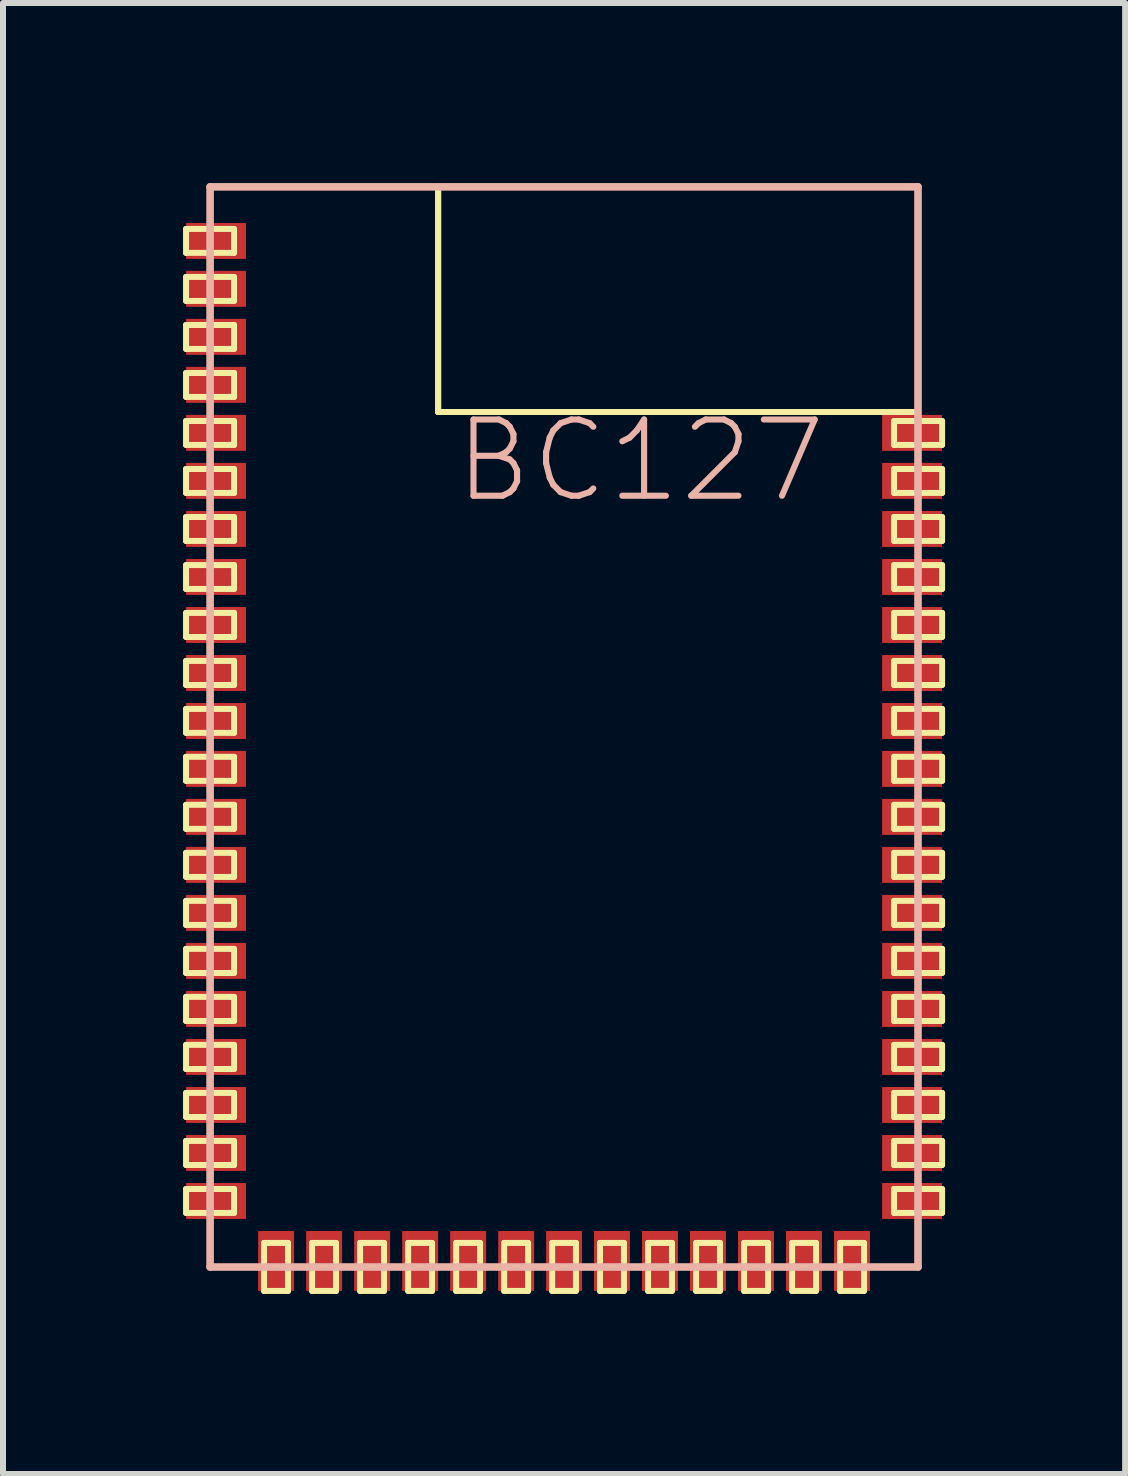
<source format=kicad_pcb>
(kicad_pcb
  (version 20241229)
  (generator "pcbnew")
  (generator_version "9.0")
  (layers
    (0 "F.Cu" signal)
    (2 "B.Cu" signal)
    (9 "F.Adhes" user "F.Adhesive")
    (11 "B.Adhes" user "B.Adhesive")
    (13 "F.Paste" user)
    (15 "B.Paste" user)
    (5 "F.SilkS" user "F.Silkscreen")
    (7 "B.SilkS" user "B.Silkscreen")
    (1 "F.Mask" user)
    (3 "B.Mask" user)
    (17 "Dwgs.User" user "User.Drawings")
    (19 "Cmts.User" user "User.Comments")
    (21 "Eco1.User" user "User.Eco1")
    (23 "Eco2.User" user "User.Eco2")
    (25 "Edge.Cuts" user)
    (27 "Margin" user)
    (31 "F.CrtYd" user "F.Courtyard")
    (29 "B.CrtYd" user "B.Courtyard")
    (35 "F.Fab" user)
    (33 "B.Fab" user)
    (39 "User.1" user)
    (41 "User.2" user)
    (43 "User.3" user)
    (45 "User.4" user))
  (footprint "BC127"
    (layer "F.Cu")
    (at 6.349 9.063)
    (property "Reference" "BC127" (at 1.273 -4.435 0) (layer "B.SilkS") (effects (font (size 1.27 1.27) (thickness 0.102))))
    (attr smd)
    (fp_line (start -6.299 -8.298) (end -5.499 -8.298) (stroke (width 0.1) (type solid)) (layer "F.SilkS"))
    (fp_line (start -6.299 -7.899) (end -6.299 -8.298) (stroke (width 0.1) (type solid)) (layer "F.SilkS"))
    (fp_line (start -6.299 -7.498) (end -5.499 -7.498) (stroke (width 0.1) (type solid)) (layer "F.SilkS"))
    (fp_line (start -6.299 -7.099) (end -6.299 -7.498) (stroke (width 0.1) (type solid)) (layer "F.SilkS"))
    (fp_line (start -6.299 -6.698) (end -5.499 -6.698) (stroke (width 0.1) (type solid)) (layer "F.SilkS"))
    (fp_line (start -6.299 -6.299) (end -6.299 -6.698) (stroke (width 0.1) (type solid)) (layer "F.SilkS"))
    (fp_line (start -6.299 -5.898) (end -5.499 -5.898) (stroke (width 0.1) (type solid)) (layer "F.SilkS"))
    (fp_line (start -6.299 -5.499) (end -6.299 -5.898) (stroke (width 0.1) (type solid)) (layer "F.SilkS"))
    (fp_line (start -6.299 -5.098) (end -5.499 -5.098) (stroke (width 0.1) (type solid)) (layer "F.SilkS"))
    (fp_line (start -6.299 -4.699) (end -6.299 -5.098) (stroke (width 0.1) (type solid)) (layer "F.SilkS"))
    (fp_line (start -6.299 -4.298) (end -5.499 -4.298) (stroke (width 0.1) (type solid)) (layer "F.SilkS"))
    (fp_line (start -6.299 -3.899) (end -6.299 -4.298) (stroke (width 0.1) (type solid)) (layer "F.SilkS"))
    (fp_line (start -6.299 -3.498) (end -5.499 -3.498) (stroke (width 0.1) (type solid)) (layer "F.SilkS"))
    (fp_line (start -6.299 -3.099) (end -6.299 -3.498) (stroke (width 0.1) (type solid)) (layer "F.SilkS"))
    (fp_line (start -6.299 -2.697) (end -5.499 -2.697) (stroke (width 0.1) (type solid)) (layer "F.SilkS"))
    (fp_line (start -6.299 -2.299) (end -6.299 -2.697) (stroke (width 0.1) (type solid)) (layer "F.SilkS"))
    (fp_line (start -6.299 -1.9) (end -5.499 -1.9) (stroke (width 0.1) (type solid)) (layer "F.SilkS"))
    (fp_line (start -6.299 -1.499) (end -6.299 -1.9) (stroke (width 0.1) (type solid)) (layer "F.SilkS"))
    (fp_line (start -6.299 -1.1) (end -5.499 -1.1) (stroke (width 0.1) (type solid)) (layer "F.SilkS"))
    (fp_line (start -6.299 -0.699) (end -6.299 -1.1) (stroke (width 0.1) (type solid)) (layer "F.SilkS"))
    (fp_line (start -6.299 -0.3) (end -5.499 -0.3) (stroke (width 0.1) (type solid)) (layer "F.SilkS"))
    (fp_line (start -6.299 0.099) (end -6.299 -0.3) (stroke (width 0.1) (type solid)) (layer "F.SilkS"))
    (fp_line (start -6.299 0.498) (end -5.499 0.498) (stroke (width 0.1) (type solid)) (layer "F.SilkS"))
    (fp_line (start -6.299 0.899) (end -6.299 0.498) (stroke (width 0.1) (type solid)) (layer "F.SilkS"))
    (fp_line (start -6.299 1.298) (end -5.499 1.298) (stroke (width 0.1) (type solid)) (layer "F.SilkS"))
    (fp_line (start -6.299 1.699) (end -6.299 1.298) (stroke (width 0.1) (type solid)) (layer "F.SilkS"))
    (fp_line (start -6.299 2.098) (end -5.499 2.098) (stroke (width 0.1) (type solid)) (layer "F.SilkS"))
    (fp_line (start -6.299 2.499) (end -6.299 2.098) (stroke (width 0.1) (type solid)) (layer "F.SilkS"))
    (fp_line (start -6.299 2.898) (end -5.499 2.898) (stroke (width 0.1) (type solid)) (layer "F.SilkS"))
    (fp_line (start -6.299 3.299) (end -6.299 2.898) (stroke (width 0.1) (type solid)) (layer "F.SilkS"))
    (fp_line (start -6.299 3.698) (end -5.499 3.698) (stroke (width 0.1) (type solid)) (layer "F.SilkS"))
    (fp_line (start -6.299 4.1) (end -6.299 3.698) (stroke (width 0.1) (type solid)) (layer "F.SilkS"))
    (fp_line (start -6.299 4.498) (end -5.499 4.498) (stroke (width 0.1) (type solid)) (layer "F.SilkS"))
    (fp_line (start -6.299 4.9) (end -6.299 4.498) (stroke (width 0.1) (type solid)) (layer "F.SilkS"))
    (fp_line (start -6.299 5.298) (end -5.499 5.298) (stroke (width 0.1) (type solid)) (layer "F.SilkS"))
    (fp_line (start -6.299 5.7) (end -6.299 5.298) (stroke (width 0.1) (type solid)) (layer "F.SilkS"))
    (fp_line (start -6.299 6.099) (end -5.499 6.099) (stroke (width 0.1) (type solid)) (layer "F.SilkS"))
    (fp_line (start -6.299 6.5) (end -6.299 6.099) (stroke (width 0.1) (type solid)) (layer "F.SilkS"))
    (fp_line (start -6.299 6.899) (end -5.499 6.899) (stroke (width 0.1) (type solid)) (layer "F.SilkS"))
    (fp_line (start -6.299 7.3) (end -6.299 6.899) (stroke (width 0.1) (type solid)) (layer "F.SilkS"))
    (fp_line (start -6.299 7.699) (end -5.499 7.699) (stroke (width 0.1) (type solid)) (layer "F.SilkS"))
    (fp_line (start -6.299 8.098) (end -6.299 7.699) (stroke (width 0.1) (type solid)) (layer "F.SilkS"))
    (fp_line (start -5.499 -8.298) (end -5.499 -7.899) (stroke (width 0.1) (type solid)) (layer "F.SilkS"))
    (fp_line (start -5.499 -7.899) (end -6.299 -7.899) (stroke (width 0.1) (type solid)) (layer "F.SilkS"))
    (fp_line (start -5.499 -7.498) (end -5.499 -7.099) (stroke (width 0.1) (type solid)) (layer "F.SilkS"))
    (fp_line (start -5.499 -7.099) (end -6.299 -7.099) (stroke (width 0.1) (type solid)) (layer "F.SilkS"))
    (fp_line (start -5.499 -6.698) (end -5.499 -6.299) (stroke (width 0.1) (type solid)) (layer "F.SilkS"))
    (fp_line (start -5.499 -6.299) (end -6.299 -6.299) (stroke (width 0.1) (type solid)) (layer "F.SilkS"))
    (fp_line (start -5.499 -5.898) (end -5.499 -5.499) (stroke (width 0.1) (type solid)) (layer "F.SilkS"))
    (fp_line (start -5.499 -5.499) (end -6.299 -5.499) (stroke (width 0.1) (type solid)) (layer "F.SilkS"))
    (fp_line (start -5.499 -5.098) (end -5.499 -4.699) (stroke (width 0.1) (type solid)) (layer "F.SilkS"))
    (fp_line (start -5.499 -4.699) (end -6.299 -4.699) (stroke (width 0.1) (type solid)) (layer "F.SilkS"))
    (fp_line (start -5.499 -4.298) (end -5.499 -3.899) (stroke (width 0.1) (type solid)) (layer "F.SilkS"))
    (fp_line (start -5.499 -3.899) (end -6.299 -3.899) (stroke (width 0.1) (type solid)) (layer "F.SilkS"))
    (fp_line (start -5.499 -3.498) (end -5.499 -3.099) (stroke (width 0.1) (type solid)) (layer "F.SilkS"))
    (fp_line (start -5.499 -3.099) (end -6.299 -3.099) (stroke (width 0.1) (type solid)) (layer "F.SilkS"))
    (fp_line (start -5.499 -2.697) (end -5.499 -2.299) (stroke (width 0.1) (type solid)) (layer "F.SilkS"))
    (fp_line (start -5.499 -2.299) (end -6.299 -2.299) (stroke (width 0.1) (type solid)) (layer "F.SilkS"))
    (fp_line (start -5.499 -1.9) (end -5.499 -1.499) (stroke (width 0.1) (type solid)) (layer "F.SilkS"))
    (fp_line (start -5.499 -1.499) (end -6.299 -1.499) (stroke (width 0.1) (type solid)) (layer "F.SilkS"))
    (fp_line (start -5.499 -1.1) (end -5.499 -0.699) (stroke (width 0.1) (type solid)) (layer "F.SilkS"))
    (fp_line (start -5.499 -0.699) (end -6.299 -0.699) (stroke (width 0.1) (type solid)) (layer "F.SilkS"))
    (fp_line (start -5.499 -0.3) (end -5.499 0.099) (stroke (width 0.1) (type solid)) (layer "F.SilkS"))
    (fp_line (start -5.499 0.099) (end -6.299 0.099) (stroke (width 0.1) (type solid)) (layer "F.SilkS"))
    (fp_line (start -5.499 0.498) (end -5.499 0.899) (stroke (width 0.1) (type solid)) (layer "F.SilkS"))
    (fp_line (start -5.499 0.899) (end -6.299 0.899) (stroke (width 0.1) (type solid)) (layer "F.SilkS"))
    (fp_line (start -5.499 1.298) (end -5.499 1.699) (stroke (width 0.1) (type solid)) (layer "F.SilkS"))
    (fp_line (start -5.499 1.699) (end -6.299 1.699) (stroke (width 0.1) (type solid)) (layer "F.SilkS"))
    (fp_line (start -5.499 2.098) (end -5.499 2.499) (stroke (width 0.1) (type solid)) (layer "F.SilkS"))
    (fp_line (start -5.499 2.499) (end -6.299 2.499) (stroke (width 0.1) (type solid)) (layer "F.SilkS"))
    (fp_line (start -5.499 2.898) (end -5.499 3.299) (stroke (width 0.1) (type solid)) (layer "F.SilkS"))
    (fp_line (start -5.499 3.299) (end -6.299 3.299) (stroke (width 0.1) (type solid)) (layer "F.SilkS"))
    (fp_line (start -5.499 3.698) (end -5.499 4.1) (stroke (width 0.1) (type solid)) (layer "F.SilkS"))
    (fp_line (start -5.499 4.1) (end -6.299 4.1) (stroke (width 0.1) (type solid)) (layer "F.SilkS"))
    (fp_line (start -5.499 4.498) (end -5.499 4.9) (stroke (width 0.1) (type solid)) (layer "F.SilkS"))
    (fp_line (start -5.499 4.9) (end -6.299 4.9) (stroke (width 0.1) (type solid)) (layer "F.SilkS"))
    (fp_line (start -5.499 5.298) (end -5.499 5.7) (stroke (width 0.1) (type solid)) (layer "F.SilkS"))
    (fp_line (start -5.499 5.7) (end -6.299 5.7) (stroke (width 0.1) (type solid)) (layer "F.SilkS"))
    (fp_line (start -5.499 6.099) (end -5.499 6.5) (stroke (width 0.1) (type solid)) (layer "F.SilkS"))
    (fp_line (start -5.499 6.5) (end -6.299 6.5) (stroke (width 0.1) (type solid)) (layer "F.SilkS"))
    (fp_line (start -5.499 6.899) (end -5.499 7.3) (stroke (width 0.1) (type solid)) (layer "F.SilkS"))
    (fp_line (start -5.499 7.3) (end -6.299 7.3) (stroke (width 0.1) (type solid)) (layer "F.SilkS"))
    (fp_line (start -5.499 7.699) (end -5.499 8.098) (stroke (width 0.1) (type solid)) (layer "F.SilkS"))
    (fp_line (start -5.499 8.098) (end -6.299 8.098) (stroke (width 0.1) (type solid)) (layer "F.SilkS"))
    (fp_line (start -4.999 8.598) (end -4.6 8.598) (stroke (width 0.1) (type solid)) (layer "F.SilkS"))
    (fp_line (start -4.999 9.398) (end -4.999 8.598) (stroke (width 0.1) (type solid)) (layer "F.SilkS"))
    (fp_line (start -4.6 8.598) (end -4.6 9.398) (stroke (width 0.1) (type solid)) (layer "F.SilkS"))
    (fp_line (start -4.6 9.398) (end -4.999 9.398) (stroke (width 0.1) (type solid)) (layer "F.SilkS"))
    (fp_line (start -4.199 8.598) (end -3.8 8.598) (stroke (width 0.1) (type solid)) (layer "F.SilkS"))
    (fp_line (start -4.199 9.398) (end -4.199 8.598) (stroke (width 0.1) (type solid)) (layer "F.SilkS"))
    (fp_line (start -3.8 8.598) (end -3.8 9.398) (stroke (width 0.1) (type solid)) (layer "F.SilkS"))
    (fp_line (start -3.8 9.398) (end -4.199 9.398) (stroke (width 0.1) (type solid)) (layer "F.SilkS"))
    (fp_line (start -3.399 8.598) (end -3 8.598) (stroke (width 0.1) (type solid)) (layer "F.SilkS"))
    (fp_line (start -3.399 9.398) (end -3.399 8.598) (stroke (width 0.1) (type solid)) (layer "F.SilkS"))
    (fp_line (start -3 8.598) (end -3 9.398) (stroke (width 0.1) (type solid)) (layer "F.SilkS"))
    (fp_line (start -3 9.398) (end -3.399 9.398) (stroke (width 0.1) (type solid)) (layer "F.SilkS"))
    (fp_line (start -2.598 8.598) (end -2.2 8.598) (stroke (width 0.1) (type solid)) (layer "F.SilkS"))
    (fp_line (start -2.598 9.398) (end -2.598 8.598) (stroke (width 0.1) (type solid)) (layer "F.SilkS"))
    (fp_line (start -2.2 8.598) (end -2.2 9.398) (stroke (width 0.1) (type solid)) (layer "F.SilkS"))
    (fp_line (start -2.2 9.398) (end -2.598 9.398) (stroke (width 0.1) (type solid)) (layer "F.SilkS"))
    (fp_line (start -2.098 -8.999) (end -2.098 -5.248) (stroke (width 0.1) (type solid)) (layer "F.SilkS"))
    (fp_line (start -2.098 -8.999) (end -2.098 -5.248) (stroke (width 0.1) (type solid)) (layer "F.SilkS"))
    (fp_line (start -2.098 -5.248) (end 5.898 -5.248) (stroke (width 0.1) (type solid)) (layer "F.SilkS"))
    (fp_line (start -2.098 -5.248) (end 5.898 -5.248) (stroke (width 0.1) (type solid)) (layer "F.SilkS"))
    (fp_line (start -1.798 8.598) (end -1.4 8.598) (stroke (width 0.1) (type solid)) (layer "F.SilkS"))
    (fp_line (start -1.798 9.398) (end -1.798 8.598) (stroke (width 0.1) (type solid)) (layer "F.SilkS"))
    (fp_line (start -1.4 8.598) (end -1.4 9.398) (stroke (width 0.1) (type solid)) (layer "F.SilkS"))
    (fp_line (start -1.4 9.398) (end -1.798 9.398) (stroke (width 0.1) (type solid)) (layer "F.SilkS"))
    (fp_line (start -0.998 8.598) (end -0.599 8.598) (stroke (width 0.1) (type solid)) (layer "F.SilkS"))
    (fp_line (start -0.998 9.398) (end -0.998 8.598) (stroke (width 0.1) (type solid)) (layer "F.SilkS"))
    (fp_line (start -0.599 8.598) (end -0.599 9.398) (stroke (width 0.1) (type solid)) (layer "F.SilkS"))
    (fp_line (start -0.599 9.398) (end -0.998 9.398) (stroke (width 0.1) (type solid)) (layer "F.SilkS"))
    (fp_line (start -0.198 8.598) (end 0.198 8.598) (stroke (width 0.1) (type solid)) (layer "F.SilkS"))
    (fp_line (start -0.198 9.398) (end -0.198 8.598) (stroke (width 0.1) (type solid)) (layer "F.SilkS"))
    (fp_line (start 0.198 8.598) (end 0.198 9.398) (stroke (width 0.1) (type solid)) (layer "F.SilkS"))
    (fp_line (start 0.198 9.398) (end -0.198 9.398) (stroke (width 0.1) (type solid)) (layer "F.SilkS"))
    (fp_line (start 0.599 8.598) (end 0.998 8.598) (stroke (width 0.1) (type solid)) (layer "F.SilkS"))
    (fp_line (start 0.599 9.398) (end 0.599 8.598) (stroke (width 0.1) (type solid)) (layer "F.SilkS"))
    (fp_line (start 0.998 8.598) (end 0.998 9.398) (stroke (width 0.1) (type solid)) (layer "F.SilkS"))
    (fp_line (start 0.998 9.398) (end 0.599 9.398) (stroke (width 0.1) (type solid)) (layer "F.SilkS"))
    (fp_line (start 1.4 8.598) (end 1.798 8.598) (stroke (width 0.1) (type solid)) (layer "F.SilkS"))
    (fp_line (start 1.4 9.398) (end 1.4 8.598) (stroke (width 0.1) (type solid)) (layer "F.SilkS"))
    (fp_line (start 1.798 8.598) (end 1.798 9.398) (stroke (width 0.1) (type solid)) (layer "F.SilkS"))
    (fp_line (start 1.798 9.398) (end 1.4 9.398) (stroke (width 0.1) (type solid)) (layer "F.SilkS"))
    (fp_line (start 2.2 8.598) (end 2.598 8.598) (stroke (width 0.1) (type solid)) (layer "F.SilkS"))
    (fp_line (start 2.2 9.398) (end 2.2 8.598) (stroke (width 0.1) (type solid)) (layer "F.SilkS"))
    (fp_line (start 2.598 8.598) (end 2.598 9.398) (stroke (width 0.1) (type solid)) (layer "F.SilkS"))
    (fp_line (start 2.598 9.398) (end 2.2 9.398) (stroke (width 0.1) (type solid)) (layer "F.SilkS"))
    (fp_line (start 3 8.598) (end 3.399 8.598) (stroke (width 0.1) (type solid)) (layer "F.SilkS"))
    (fp_line (start 3 9.398) (end 3 8.598) (stroke (width 0.1) (type solid)) (layer "F.SilkS"))
    (fp_line (start 3.399 8.598) (end 3.399 9.398) (stroke (width 0.1) (type solid)) (layer "F.SilkS"))
    (fp_line (start 3.399 9.398) (end 3 9.398) (stroke (width 0.1) (type solid)) (layer "F.SilkS"))
    (fp_line (start 3.8 8.598) (end 4.199 8.598) (stroke (width 0.1) (type solid)) (layer "F.SilkS"))
    (fp_line (start 3.8 9.398) (end 3.8 8.598) (stroke (width 0.1) (type solid)) (layer "F.SilkS"))
    (fp_line (start 4.199 8.598) (end 4.199 9.398) (stroke (width 0.1) (type solid)) (layer "F.SilkS"))
    (fp_line (start 4.199 9.398) (end 3.8 9.398) (stroke (width 0.1) (type solid)) (layer "F.SilkS"))
    (fp_line (start 4.6 8.598) (end 4.999 8.598) (stroke (width 0.1) (type solid)) (layer "F.SilkS"))
    (fp_line (start 4.6 9.398) (end 4.6 8.598) (stroke (width 0.1) (type solid)) (layer "F.SilkS"))
    (fp_line (start 4.999 8.598) (end 4.999 9.398) (stroke (width 0.1) (type solid)) (layer "F.SilkS"))
    (fp_line (start 4.999 9.398) (end 4.6 9.398) (stroke (width 0.1) (type solid)) (layer "F.SilkS"))
    (fp_line (start 5.499 -5.098) (end 6.299 -5.098) (stroke (width 0.1) (type solid)) (layer "F.SilkS"))
    (fp_line (start 5.499 -4.699) (end 5.499 -5.098) (stroke (width 0.1) (type solid)) (layer "F.SilkS"))
    (fp_line (start 5.499 -4.298) (end 6.299 -4.298) (stroke (width 0.1) (type solid)) (layer "F.SilkS"))
    (fp_line (start 5.499 -3.899) (end 5.499 -4.298) (stroke (width 0.1) (type solid)) (layer "F.SilkS"))
    (fp_line (start 5.499 -3.498) (end 6.299 -3.498) (stroke (width 0.1) (type solid)) (layer "F.SilkS"))
    (fp_line (start 5.499 -3.099) (end 5.499 -3.498) (stroke (width 0.1) (type solid)) (layer "F.SilkS"))
    (fp_line (start 5.499 -2.697) (end 6.299 -2.697) (stroke (width 0.1) (type solid)) (layer "F.SilkS"))
    (fp_line (start 5.499 -2.299) (end 5.499 -2.697) (stroke (width 0.1) (type solid)) (layer "F.SilkS"))
    (fp_line (start 5.499 -1.9) (end 6.299 -1.9) (stroke (width 0.1) (type solid)) (layer "F.SilkS"))
    (fp_line (start 5.499 -1.499) (end 5.499 -1.9) (stroke (width 0.1) (type solid)) (layer "F.SilkS"))
    (fp_line (start 5.499 -1.1) (end 6.299 -1.1) (stroke (width 0.1) (type solid)) (layer "F.SilkS"))
    (fp_line (start 5.499 -0.699) (end 5.499 -1.1) (stroke (width 0.1) (type solid)) (layer "F.SilkS"))
    (fp_line (start 5.499 -0.3) (end 6.299 -0.3) (stroke (width 0.1) (type solid)) (layer "F.SilkS"))
    (fp_line (start 5.499 0.099) (end 5.499 -0.3) (stroke (width 0.1) (type solid)) (layer "F.SilkS"))
    (fp_line (start 5.499 0.498) (end 6.299 0.498) (stroke (width 0.1) (type solid)) (layer "F.SilkS"))
    (fp_line (start 5.499 0.899) (end 5.499 0.498) (stroke (width 0.1) (type solid)) (layer "F.SilkS"))
    (fp_line (start 5.499 1.298) (end 6.299 1.298) (stroke (width 0.1) (type solid)) (layer "F.SilkS"))
    (fp_line (start 5.499 1.699) (end 5.499 1.298) (stroke (width 0.1) (type solid)) (layer "F.SilkS"))
    (fp_line (start 5.499 2.098) (end 6.299 2.098) (stroke (width 0.1) (type solid)) (layer "F.SilkS"))
    (fp_line (start 5.499 2.499) (end 5.499 2.098) (stroke (width 0.1) (type solid)) (layer "F.SilkS"))
    (fp_line (start 5.499 2.898) (end 6.299 2.898) (stroke (width 0.1) (type solid)) (layer "F.SilkS"))
    (fp_line (start 5.499 3.299) (end 5.499 2.898) (stroke (width 0.1) (type solid)) (layer "F.SilkS"))
    (fp_line (start 5.499 3.698) (end 6.299 3.698) (stroke (width 0.1) (type solid)) (layer "F.SilkS"))
    (fp_line (start 5.499 4.1) (end 5.499 3.698) (stroke (width 0.1) (type solid)) (layer "F.SilkS"))
    (fp_line (start 5.499 4.498) (end 6.299 4.498) (stroke (width 0.1) (type solid)) (layer "F.SilkS"))
    (fp_line (start 5.499 4.9) (end 5.499 4.498) (stroke (width 0.1) (type solid)) (layer "F.SilkS"))
    (fp_line (start 5.499 5.298) (end 6.299 5.298) (stroke (width 0.1) (type solid)) (layer "F.SilkS"))
    (fp_line (start 5.499 5.7) (end 5.499 5.298) (stroke (width 0.1) (type solid)) (layer "F.SilkS"))
    (fp_line (start 5.499 6.099) (end 6.299 6.099) (stroke (width 0.1) (type solid)) (layer "F.SilkS"))
    (fp_line (start 5.499 6.5) (end 5.499 6.099) (stroke (width 0.1) (type solid)) (layer "F.SilkS"))
    (fp_line (start 5.499 6.899) (end 6.299 6.899) (stroke (width 0.1) (type solid)) (layer "F.SilkS"))
    (fp_line (start 5.499 7.3) (end 5.499 6.899) (stroke (width 0.1) (type solid)) (layer "F.SilkS"))
    (fp_line (start 5.499 7.699) (end 6.299 7.699) (stroke (width 0.1) (type solid)) (layer "F.SilkS"))
    (fp_line (start 5.499 8.098) (end 5.499 7.699) (stroke (width 0.1) (type solid)) (layer "F.SilkS"))
    (fp_line (start 5.898 -8.999) (end -2.098 -8.999) (stroke (width 0.1) (type solid)) (layer "F.SilkS"))
    (fp_line (start 5.898 -8.999) (end -2.098 -8.999) (stroke (width 0.1) (type solid)) (layer "F.SilkS"))
    (fp_line (start 5.898 -5.248) (end 5.898 -8.999) (stroke (width 0.1) (type solid)) (layer "F.SilkS"))
    (fp_line (start 5.898 -5.248) (end 5.898 -8.999) (stroke (width 0.1) (type solid)) (layer "F.SilkS"))
    (fp_line (start 6.299 -5.098) (end 6.299 -4.699) (stroke (width 0.1) (type solid)) (layer "F.SilkS"))
    (fp_line (start 6.299 -4.699) (end 5.499 -4.699) (stroke (width 0.1) (type solid)) (layer "F.SilkS"))
    (fp_line (start 6.299 -4.298) (end 6.299 -3.899) (stroke (width 0.1) (type solid)) (layer "F.SilkS"))
    (fp_line (start 6.299 -3.899) (end 5.499 -3.899) (stroke (width 0.1) (type solid)) (layer "F.SilkS"))
    (fp_line (start 6.299 -3.498) (end 6.299 -3.099) (stroke (width 0.1) (type solid)) (layer "F.SilkS"))
    (fp_line (start 6.299 -3.099) (end 5.499 -3.099) (stroke (width 0.1) (type solid)) (layer "F.SilkS"))
    (fp_line (start 6.299 -2.697) (end 6.299 -2.299) (stroke (width 0.1) (type solid)) (layer "F.SilkS"))
    (fp_line (start 6.299 -2.299) (end 5.499 -2.299) (stroke (width 0.1) (type solid)) (layer "F.SilkS"))
    (fp_line (start 6.299 -1.9) (end 6.299 -1.499) (stroke (width 0.1) (type solid)) (layer "F.SilkS"))
    (fp_line (start 6.299 -1.499) (end 5.499 -1.499) (stroke (width 0.1) (type solid)) (layer "F.SilkS"))
    (fp_line (start 6.299 -1.1) (end 6.299 -0.699) (stroke (width 0.1) (type solid)) (layer "F.SilkS"))
    (fp_line (start 6.299 -0.699) (end 5.499 -0.699) (stroke (width 0.1) (type solid)) (layer "F.SilkS"))
    (fp_line (start 6.299 -0.3) (end 6.299 0.099) (stroke (width 0.1) (type solid)) (layer "F.SilkS"))
    (fp_line (start 6.299 0.099) (end 5.499 0.099) (stroke (width 0.1) (type solid)) (layer "F.SilkS"))
    (fp_line (start 6.299 0.498) (end 6.299 0.899) (stroke (width 0.1) (type solid)) (layer "F.SilkS"))
    (fp_line (start 6.299 0.899) (end 5.499 0.899) (stroke (width 0.1) (type solid)) (layer "F.SilkS"))
    (fp_line (start 6.299 1.298) (end 6.299 1.699) (stroke (width 0.1) (type solid)) (layer "F.SilkS"))
    (fp_line (start 6.299 1.699) (end 5.499 1.699) (stroke (width 0.1) (type solid)) (layer "F.SilkS"))
    (fp_line (start 6.299 2.098) (end 6.299 2.499) (stroke (width 0.1) (type solid)) (layer "F.SilkS"))
    (fp_line (start 6.299 2.499) (end 5.499 2.499) (stroke (width 0.1) (type solid)) (layer "F.SilkS"))
    (fp_line (start 6.299 2.898) (end 6.299 3.299) (stroke (width 0.1) (type solid)) (layer "F.SilkS"))
    (fp_line (start 6.299 3.299) (end 5.499 3.299) (stroke (width 0.1) (type solid)) (layer "F.SilkS"))
    (fp_line (start 6.299 3.698) (end 6.299 4.1) (stroke (width 0.1) (type solid)) (layer "F.SilkS"))
    (fp_line (start 6.299 4.1) (end 5.499 4.1) (stroke (width 0.1) (type solid)) (layer "F.SilkS"))
    (fp_line (start 6.299 4.498) (end 6.299 4.9) (stroke (width 0.1) (type solid)) (layer "F.SilkS"))
    (fp_line (start 6.299 4.9) (end 5.499 4.9) (stroke (width 0.1) (type solid)) (layer "F.SilkS"))
    (fp_line (start 6.299 5.298) (end 6.299 5.7) (stroke (width 0.1) (type solid)) (layer "F.SilkS"))
    (fp_line (start 6.299 5.7) (end 5.499 5.7) (stroke (width 0.1) (type solid)) (layer "F.SilkS"))
    (fp_line (start 6.299 6.099) (end 6.299 6.5) (stroke (width 0.1) (type solid)) (layer "F.SilkS"))
    (fp_line (start 6.299 6.5) (end 5.499 6.5) (stroke (width 0.1) (type solid)) (layer "F.SilkS"))
    (fp_line (start 6.299 6.899) (end 6.299 7.3) (stroke (width 0.1) (type solid)) (layer "F.SilkS"))
    (fp_line (start 6.299 7.3) (end 5.499 7.3) (stroke (width 0.1) (type solid)) (layer "F.SilkS"))
    (fp_line (start 6.299 7.699) (end 6.299 8.098) (stroke (width 0.1) (type solid)) (layer "F.SilkS"))
    (fp_line (start 6.299 8.098) (end 5.499 8.098) (stroke (width 0.1) (type solid)) (layer "F.SilkS"))
    (fp_line (start -5.898 -8.999) (end 5.898 -8.999) (stroke (width 0.127) (type solid)) (layer "B.SilkS"))
    (fp_line (start -5.898 8.999) (end -5.898 -8.999) (stroke (width 0.127) (type solid)) (layer "B.SilkS"))
    (fp_line (start 5.898 -8.999) (end 5.898 8.999) (stroke (width 0.127) (type solid)) (layer "B.SilkS"))
    (fp_line (start 5.898 8.999) (end -5.898 8.999) (stroke (width 0.127) (type solid)) (layer "B.SilkS"))
    (pad "1" smd rect (at -5.799 -8.098) (size 0.998 0.599) (layers "F.Cu" "F.Mask" "F.Paste"))
    (pad "2" smd rect (at -5.799 -7.3) (size 0.998 0.599) (layers "F.Cu" "F.Mask" "F.Paste"))
    (pad "3" smd rect (at -5.799 -6.5) (size 0.998 0.599) (layers "F.Cu" "F.Mask" "F.Paste"))
    (pad "4" smd rect (at -5.799 -5.7) (size 0.998 0.599) (layers "F.Cu" "F.Mask" "F.Paste"))
    (pad "5" smd rect (at -5.799 -4.9) (size 0.998 0.599) (layers "F.Cu" "F.Mask" "F.Paste"))
    (pad "6" smd rect (at -5.799 -4.1) (size 0.998 0.599) (layers "F.Cu" "F.Mask" "F.Paste"))
    (pad "7" smd rect (at -5.799 -3.299) (size 0.998 0.599) (layers "F.Cu" "F.Mask" "F.Paste"))
    (pad "8" smd rect (at -5.799 -2.499) (size 0.998 0.599) (layers "F.Cu" "F.Mask" "F.Paste"))
    (pad "9" smd rect (at -5.799 -1.699) (size 0.998 0.599) (layers "F.Cu" "F.Mask" "F.Paste"))
    (pad "10" smd rect (at -5.799 -0.899) (size 0.998 0.599) (layers "F.Cu" "F.Mask" "F.Paste"))
    (pad "11" smd rect (at -5.799 -0.099) (size 0.998 0.599) (layers "F.Cu" "F.Mask" "F.Paste"))
    (pad "12" smd rect (at -5.799 0.699) (size 0.998 0.599) (layers "F.Cu" "F.Mask" "F.Paste"))
    (pad "13" smd rect (at -5.799 1.499) (size 0.998 0.599) (layers "F.Cu" "F.Mask" "F.Paste"))
    (pad "14" smd rect (at -5.799 2.299) (size 0.998 0.599) (layers "F.Cu" "F.Mask" "F.Paste"))
    (pad "15" smd rect (at -5.799 3.099) (size 0.998 0.599) (layers "F.Cu" "F.Mask" "F.Paste"))
    (pad "16" smd rect (at -5.799 3.899) (size 0.998 0.599) (layers "F.Cu" "F.Mask" "F.Paste"))
    (pad "17" smd rect (at -5.799 4.699) (size 0.998 0.599) (layers "F.Cu" "F.Mask" "F.Paste"))
    (pad "18" smd rect (at -5.799 5.499) (size 0.998 0.599) (layers "F.Cu" "F.Mask" "F.Paste"))
    (pad "19" smd rect (at -5.799 6.299) (size 0.998 0.599) (layers "F.Cu" "F.Mask" "F.Paste"))
    (pad "20" smd rect (at -5.799 7.099) (size 0.998 0.599) (layers "F.Cu" "F.Mask" "F.Paste"))
    (pad "21" smd rect (at -5.799 7.899) (size 0.998 0.599) (layers "F.Cu" "F.Mask" "F.Paste"))
    (pad "22" smd rect (at -4.798 8.898 90) (size 0.998 0.599) (layers "F.Cu" "F.Mask" "F.Paste"))
    (pad "23" smd rect (at -3.998 8.898 90) (size 0.998 0.599) (layers "F.Cu" "F.Mask" "F.Paste"))
    (pad "24" smd rect (at -3.198 8.898 90) (size 0.998 0.599) (layers "F.Cu" "F.Mask" "F.Paste"))
    (pad "25" smd rect (at -2.398 8.898 90) (size 0.998 0.599) (layers "F.Cu" "F.Mask" "F.Paste"))
    (pad "26" smd rect (at -1.598 8.898 90) (size 0.998 0.599) (layers "F.Cu" "F.Mask" "F.Paste"))
    (pad "27" smd rect (at -0.798 8.898 90) (size 0.998 0.599) (layers "F.Cu" "F.Mask" "F.Paste"))
    (pad "28" smd rect (at 0 8.898 90) (size 0.998 0.599) (layers "F.Cu" "F.Mask" "F.Paste"))
    (pad "29" smd rect (at 0.798 8.898 90) (size 0.998 0.599) (layers "F.Cu" "F.Mask" "F.Paste"))
    (pad "30" smd rect (at 1.598 8.898 90) (size 0.998 0.599) (layers "F.Cu" "F.Mask" "F.Paste"))
    (pad "31" smd rect (at 2.398 8.898 90) (size 0.998 0.599) (layers "F.Cu" "F.Mask" "F.Paste"))
    (pad "32" smd rect (at 3.198 8.898 90) (size 0.998 0.599) (layers "F.Cu" "F.Mask" "F.Paste"))
    (pad "33" smd rect (at 3.998 8.898 90) (size 0.998 0.599) (layers "F.Cu" "F.Mask" "F.Paste"))
    (pad "34" smd rect (at 4.798 8.898 90) (size 0.998 0.599) (layers "F.Cu" "F.Mask" "F.Paste"))
    (pad "35" smd rect (at 5.799 7.899) (size 0.998 0.599) (layers "F.Cu" "F.Mask" "F.Paste"))
    (pad "36" smd rect (at 5.799 7.099) (size 0.998 0.599) (layers "F.Cu" "F.Mask" "F.Paste"))
    (pad "37" smd rect (at 5.799 6.299) (size 0.998 0.599) (layers "F.Cu" "F.Mask" "F.Paste"))
    (pad "38" smd rect (at 5.799 5.499) (size 0.998 0.599) (layers "F.Cu" "F.Mask" "F.Paste"))
    (pad "39" smd rect (at 5.799 4.699) (size 0.998 0.599) (layers "F.Cu" "F.Mask" "F.Paste"))
    (pad "40" smd rect (at 5.799 3.899) (size 0.998 0.599) (layers "F.Cu" "F.Mask" "F.Paste"))
    (pad "41" smd rect (at 5.799 3.099) (size 0.998 0.599) (layers "F.Cu" "F.Mask" "F.Paste"))
    (pad "42" smd rect (at 5.799 2.299) (size 0.998 0.599) (layers "F.Cu" "F.Mask" "F.Paste"))
    (pad "43" smd rect (at 5.799 1.499) (size 0.998 0.599) (layers "F.Cu" "F.Mask" "F.Paste"))
    (pad "44" smd rect (at 5.799 0.699) (size 0.998 0.599) (layers "F.Cu" "F.Mask" "F.Paste"))
    (pad "45" smd rect (at 5.799 -0.099) (size 0.998 0.599) (layers "F.Cu" "F.Mask" "F.Paste"))
    (pad "46" smd rect (at 5.799 -0.899) (size 0.998 0.599) (layers "F.Cu" "F.Mask" "F.Paste"))
    (pad "47" smd rect (at 5.799 -1.699) (size 0.998 0.599) (layers "F.Cu" "F.Mask" "F.Paste"))
    (pad "48" smd rect (at 5.799 -2.499) (size 0.998 0.599) (layers "F.Cu" "F.Mask" "F.Paste"))
    (pad "49" smd rect (at 5.799 -3.299) (size 0.998 0.599) (layers "F.Cu" "F.Mask" "F.Paste"))
    (pad "50" smd rect (at 5.799 -4.1) (size 0.998 0.599) (layers "F.Cu" "F.Mask" "F.Paste"))
    (pad "51" smd rect (at 5.799 -4.9) (size 0.998 0.599) (layers "F.Cu" "F.Mask" "F.Paste")))
  (gr_rect
    (start -3 -3)
    (end 15.698 21.511)
    (stroke (width 0.1) (type default))
    (fill no)
    (layer "Edge.Cuts")))
</source>
